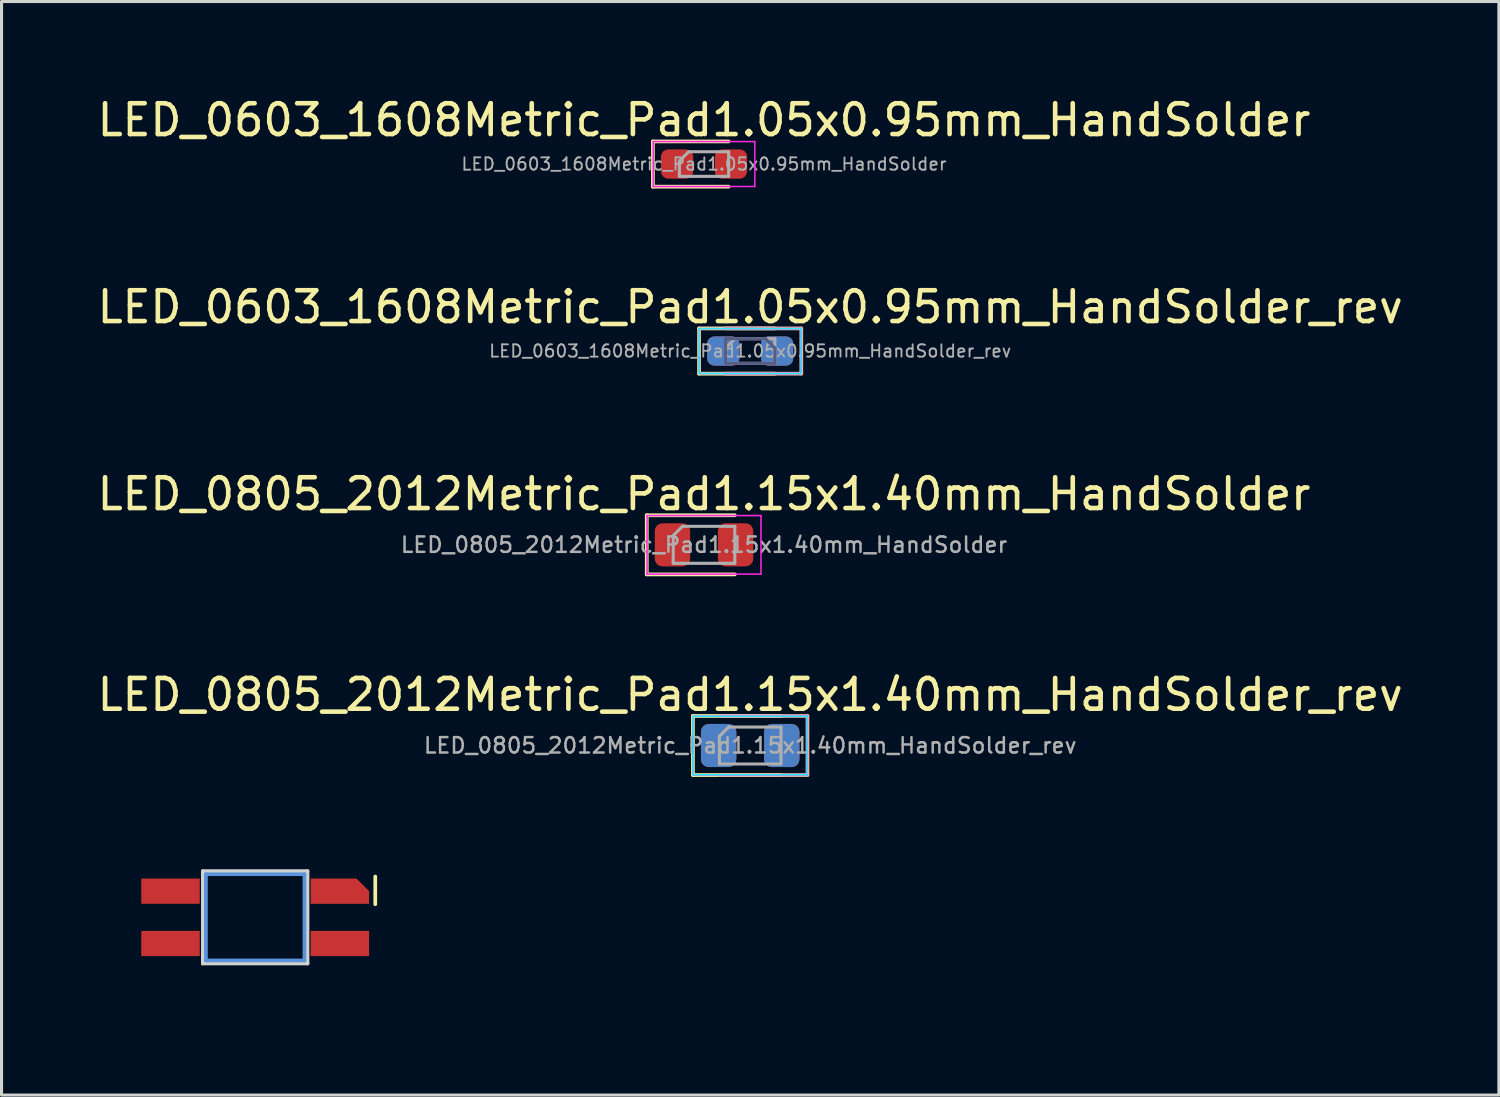
<source format=kicad_pcb>
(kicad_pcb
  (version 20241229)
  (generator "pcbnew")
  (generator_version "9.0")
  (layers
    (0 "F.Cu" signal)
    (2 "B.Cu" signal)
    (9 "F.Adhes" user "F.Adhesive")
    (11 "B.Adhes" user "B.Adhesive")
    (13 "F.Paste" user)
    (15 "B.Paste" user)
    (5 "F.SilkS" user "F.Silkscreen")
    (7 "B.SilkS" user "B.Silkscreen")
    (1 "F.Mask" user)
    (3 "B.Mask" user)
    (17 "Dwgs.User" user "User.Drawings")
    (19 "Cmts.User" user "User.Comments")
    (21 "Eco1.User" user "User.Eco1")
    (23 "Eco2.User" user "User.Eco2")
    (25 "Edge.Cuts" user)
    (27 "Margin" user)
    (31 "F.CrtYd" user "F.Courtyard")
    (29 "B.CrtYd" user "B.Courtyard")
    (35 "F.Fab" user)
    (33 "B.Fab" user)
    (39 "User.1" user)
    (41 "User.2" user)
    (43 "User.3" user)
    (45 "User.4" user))
  (footprint "LED_0603_1608Metric_Pad1.05x0.95mm_HandSolder_rev"
    (layer "F.Cu")
    (at 21.315 8.351)
    (property "Reference" "LED_0603_1608Metric_Pad1.05x0.95mm_HandSolder_rev" (at 0 -1.43 0) (layer "F.SilkS") (effects (font (size 1 1) (thickness 0.15))))
    (attr smd)
    (fp_line (start -1.66 -0.735) (end -1.66 0.735) (stroke (width 0.12) (type solid)) (layer "F.SilkS"))
    (fp_line (start -1.66 0.735) (end 0.8 0.735) (stroke (width 0.12) (type solid)) (layer "F.SilkS"))
    (fp_line (start 0.8 -0.735) (end -1.66 -0.735) (stroke (width 0.12) (type solid)) (layer "F.SilkS"))
    (fp_line (start -0.8 -0.735) (end 1.66 -0.735) (stroke (width 0.12) (type solid)) (layer "B.SilkS"))
    (fp_line (start 1.66 -0.735) (end 1.66 0.735) (stroke (width 0.12) (type solid)) (layer "B.SilkS"))
    (fp_line (start 1.66 0.735) (end -0.8 0.735) (stroke (width 0.12) (type solid)) (layer "B.SilkS"))
    (fp_line (start -1.65 -0.73) (end -1.65 0.73) (stroke (width 0.05) (type solid)) (layer "B.CrtYd"))
    (fp_line (start -1.65 0.73) (end 1.65 0.73) (stroke (width 0.05) (type solid)) (layer "B.CrtYd"))
    (fp_line (start 1.65 -0.73) (end -1.65 -0.73) (stroke (width 0.05) (type solid)) (layer "B.CrtYd"))
    (fp_line (start 1.65 0.73) (end 1.65 -0.73) (stroke (width 0.05) (type solid)) (layer "B.CrtYd"))
    (fp_line (start -1.65 -0.73) (end 1.65 -0.73) (stroke (width 0.05) (type solid)) (layer "F.CrtYd"))
    (fp_line (start -1.65 0.73) (end -1.65 -0.73) (stroke (width 0.05) (type solid)) (layer "F.CrtYd"))
    (fp_line (start 1.65 -0.73) (end 1.65 0.73) (stroke (width 0.05) (type solid)) (layer "F.CrtYd"))
    (fp_line (start 1.65 0.73) (end -1.65 0.73) (stroke (width 0.05) (type solid)) (layer "F.CrtYd"))
    (fp_line (start -0.8 -0.4) (end 0.5 -0.4) (stroke (width 0.1) (type solid)) (layer "B.Fab"))
    (fp_line (start -0.8 0.4) (end -0.8 -0.4) (stroke (width 0.1) (type solid)) (layer "B.Fab"))
    (fp_line (start 0.5 -0.4) (end 0.8 -0.1) (stroke (width 0.1) (type solid)) (layer "B.Fab"))
    (fp_line (start 0.8 -0.1) (end 0.8 0.4) (stroke (width 0.1) (type solid)) (layer "B.Fab"))
    (fp_line (start 0.8 0.4) (end -0.8 0.4) (stroke (width 0.1) (type solid)) (layer "B.Fab"))
    (fp_line (start -0.8 -0.1) (end -0.8 0.4) (stroke (width 0.1) (type solid)) (layer "F.Fab"))
    (fp_line (start -0.8 0.4) (end 0.8 0.4) (stroke (width 0.1) (type solid)) (layer "F.Fab"))
    (fp_line (start -0.5 -0.4) (end -0.8 -0.1) (stroke (width 0.1) (type solid)) (layer "F.Fab"))
    (fp_line (start 0.8 -0.4) (end -0.5 -0.4) (stroke (width 0.1) (type solid)) (layer "F.Fab"))
    (fp_line (start 0.8 0.4) (end 0.8 -0.4) (stroke (width 0.1) (type solid)) (layer "F.Fab"))
    (fp_text user "${REFERENCE}" (at 0 0 0) (layer "F.Fab") (effects (font (size 0.4 0.4) (thickness 0.06))))
    (pad "1" smd roundrect (at -0.875 0) (size 1.05 0.95) (layers "F.Cu" "F.Mask" "F.Paste") (roundrect_rratio 0.25))
    (pad "1" smd roundrect (at 0.875 0) (size 1.05 0.95) (layers "B.Cu" "B.Mask" "B.Paste") (roundrect_rratio 0.25))
    (pad "2" smd roundrect (at -0.875 0) (size 1.05 0.95) (layers "B.Cu" "B.Mask" "B.Paste") (roundrect_rratio 0.25))
    (pad "2" smd roundrect (at 0.875 0) (size 1.05 0.95) (layers "F.Cu" "F.Mask" "F.Paste") (roundrect_rratio 0.25)))
  (footprint "LED_0805_2012Metric_Pad1.15x1.40mm_HandSolder_rev"
    (layer "F.Cu")
    (at 21.315 21.163)
    (property "Reference" "LED_0805_2012Metric_Pad1.15x1.40mm_HandSolder_rev" (at 0 -1.65 0) (layer "F.SilkS") (effects (font (size 1 1) (thickness 0.15))))
    (attr smd)
    (fp_line (start -1.86 -0.96) (end -1.86 0.96) (stroke (width 0.12) (type solid)) (layer "F.SilkS"))
    (fp_line (start -1.86 0.96) (end 1 0.96) (stroke (width 0.12) (type solid)) (layer "F.SilkS"))
    (fp_line (start 1 -0.96) (end -1.86 -0.96) (stroke (width 0.12) (type solid)) (layer "F.SilkS"))
    (fp_line (start -1 -0.96) (end 1.86 -0.96) (stroke (width 0.12) (type solid)) (layer "B.SilkS"))
    (fp_line (start 1.86 -0.96) (end 1.86 0.96) (stroke (width 0.12) (type solid)) (layer "B.SilkS"))
    (fp_line (start 1.86 0.96) (end -1 0.96) (stroke (width 0.12) (type solid)) (layer "B.SilkS"))
    (fp_line (start -1.85 -0.95) (end -1.85 0.95) (stroke (width 0.05) (type solid)) (layer "B.CrtYd"))
    (fp_line (start -1.85 0.95) (end 1.85 0.95) (stroke (width 0.05) (type solid)) (layer "B.CrtYd"))
    (fp_line (start 1.85 -0.95) (end -1.85 -0.95) (stroke (width 0.05) (type solid)) (layer "B.CrtYd"))
    (fp_line (start 1.85 0.95) (end 1.85 -0.95) (stroke (width 0.05) (type solid)) (layer "B.CrtYd"))
    (fp_line (start -1.85 -0.95) (end 1.85 -0.95) (stroke (width 0.05) (type solid)) (layer "F.CrtYd"))
    (fp_line (start -1.85 0.95) (end -1.85 -0.95) (stroke (width 0.05) (type solid)) (layer "F.CrtYd"))
    (fp_line (start 1.85 -0.95) (end 1.85 0.95) (stroke (width 0.05) (type solid)) (layer "F.CrtYd"))
    (fp_line (start 1.85 0.95) (end -1.85 0.95) (stroke (width 0.05) (type solid)) (layer "F.CrtYd"))
    (fp_line (start -1 -0.3) (end -1 0.6) (stroke (width 0.1) (type solid)) (layer "F.Fab"))
    (fp_line (start -1 0.6) (end 1 0.6) (stroke (width 0.1) (type solid)) (layer "F.Fab"))
    (fp_line (start -0.7 -0.6) (end -1 -0.3) (stroke (width 0.1) (type solid)) (layer "F.Fab"))
    (fp_line (start 1 -0.6) (end -0.7 -0.6) (stroke (width 0.1) (type solid)) (layer "F.Fab"))
    (fp_line (start 1 0.6) (end 1 -0.6) (stroke (width 0.1) (type solid)) (layer "F.Fab"))
    (fp_text user "${REFERENCE}" (at 0 0 0) (layer "F.Fab") (effects (font (size 0.5 0.5) (thickness 0.08))))
    (pad "1" smd roundrect (at -1.025 0) (size 1.15 1.4) (layers "F.Cu" "F.Mask" "F.Paste") (roundrect_rratio 0.217))
    (pad "1" smd roundrect (at 1.025 0) (size 1.15 1.4) (layers "B.Cu" "B.Mask" "B.Paste") (roundrect_rratio 0.217))
    (pad "2" smd roundrect (at -1.025 0) (size 1.15 1.4) (layers "B.Cu" "B.Mask" "B.Paste") (roundrect_rratio 0.217))
    (pad "2" smd roundrect (at 1.025 0) (size 1.15 1.4) (layers "F.Cu" "F.Mask" "F.Paste") (roundrect_rratio 0.217)))
  (footprint "LED_0805_2012Metric_Pad1.15x1.40mm_HandSolder"
    (layer "F.Cu")
    (at 19.815 14.645)
    (property "Reference" "LED_0805_2012Metric_Pad1.15x1.40mm_HandSolder" (at 0 -1.65 0) (layer "F.SilkS") (effects (font (size 1 1) (thickness 0.15))))
    (attr smd)
    (fp_line (start -1.86 -0.96) (end -1.86 0.96) (stroke (width 0.12) (type solid)) (layer "F.SilkS"))
    (fp_line (start -1.86 0.96) (end 1 0.96) (stroke (width 0.12) (type solid)) (layer "F.SilkS"))
    (fp_line (start 1 -0.96) (end -1.86 -0.96) (stroke (width 0.12) (type solid)) (layer "F.SilkS"))
    (fp_line (start -1.85 -0.95) (end 1.85 -0.95) (stroke (width 0.05) (type solid)) (layer "F.CrtYd"))
    (fp_line (start -1.85 0.95) (end -1.85 -0.95) (stroke (width 0.05) (type solid)) (layer "F.CrtYd"))
    (fp_line (start 1.85 -0.95) (end 1.85 0.95) (stroke (width 0.05) (type solid)) (layer "F.CrtYd"))
    (fp_line (start 1.85 0.95) (end -1.85 0.95) (stroke (width 0.05) (type solid)) (layer "F.CrtYd"))
    (fp_line (start -1 -0.3) (end -1 0.6) (stroke (width 0.1) (type solid)) (layer "F.Fab"))
    (fp_line (start -1 0.6) (end 1 0.6) (stroke (width 0.1) (type solid)) (layer "F.Fab"))
    (fp_line (start -0.7 -0.6) (end -1 -0.3) (stroke (width 0.1) (type solid)) (layer "F.Fab"))
    (fp_line (start 1 -0.6) (end -0.7 -0.6) (stroke (width 0.1) (type solid)) (layer "F.Fab"))
    (fp_line (start 1 0.6) (end 1 -0.6) (stroke (width 0.1) (type solid)) (layer "F.Fab"))
    (fp_text user "${REFERENCE}" (at 0 0 0) (layer "F.Fab") (effects (font (size 0.5 0.5) (thickness 0.08))))
    (pad "1" smd roundrect (at -1.025 0) (size 1.15 1.4) (layers "F.Cu" "F.Mask" "F.Paste") (roundrect_rratio 0.217))
    (pad "2" smd roundrect (at 1.025 0) (size 1.15 1.4) (layers "F.Cu" "F.Mask" "F.Paste") (roundrect_rratio 0.217)))
  (footprint "LED_0603_1608Metric_Pad1.05x0.95mm_HandSolder"
    (layer "F.Cu")
    (at 19.815 2.278)
    (property "Reference" "LED_0603_1608Metric_Pad1.05x0.95mm_HandSolder" (at 0 -1.43 0) (layer "F.SilkS") (effects (font (size 1 1) (thickness 0.15))))
    (attr smd)
    (fp_line (start -1.66 -0.735) (end -1.66 0.735) (stroke (width 0.12) (type solid)) (layer "F.SilkS"))
    (fp_line (start -1.66 0.735) (end 0.8 0.735) (stroke (width 0.12) (type solid)) (layer "F.SilkS"))
    (fp_line (start 0.8 -0.735) (end -1.66 -0.735) (stroke (width 0.12) (type solid)) (layer "F.SilkS"))
    (fp_line (start -1.65 -0.73) (end 1.65 -0.73) (stroke (width 0.05) (type solid)) (layer "F.CrtYd"))
    (fp_line (start -1.65 0.73) (end -1.65 -0.73) (stroke (width 0.05) (type solid)) (layer "F.CrtYd"))
    (fp_line (start 1.65 -0.73) (end 1.65 0.73) (stroke (width 0.05) (type solid)) (layer "F.CrtYd"))
    (fp_line (start 1.65 0.73) (end -1.65 0.73) (stroke (width 0.05) (type solid)) (layer "F.CrtYd"))
    (fp_line (start -0.8 -0.1) (end -0.8 0.4) (stroke (width 0.1) (type solid)) (layer "F.Fab"))
    (fp_line (start -0.8 0.4) (end 0.8 0.4) (stroke (width 0.1) (type solid)) (layer "F.Fab"))
    (fp_line (start -0.5 -0.4) (end -0.8 -0.1) (stroke (width 0.1) (type solid)) (layer "F.Fab"))
    (fp_line (start 0.8 -0.4) (end -0.5 -0.4) (stroke (width 0.1) (type solid)) (layer "F.Fab"))
    (fp_line (start 0.8 0.4) (end 0.8 -0.4) (stroke (width 0.1) (type solid)) (layer "F.Fab"))
    (fp_text user "${REFERENCE}" (at 0 0 0) (layer "F.Fab") (effects (font (size 0.4 0.4) (thickness 0.06))))
    (pad "1" smd roundrect (at -0.875 0) (size 1.05 0.95) (layers "F.Cu" "F.Mask" "F.Paste") (roundrect_rratio 0.25))
    (pad "2" smd roundrect (at 0.875 0) (size 1.05 0.95) (layers "F.Cu" "F.Mask" "F.Paste") (roundrect_rratio 0.25)))
  (footprint "LED_SK6812MINI-E"
    (layer "F.Cu")
    (at 5.238 26.743)
    (property "Reference" "LED_SK6812MINI-E" (at 0 2.1 0) (unlocked yes) (layer "Eco1.User") (effects (font (size 0.7 0.7) (thickness 0.15))))
    (attr through_hole)
    (fp_line (start 3.9 -1.325) (end 3.9 -0.425) (stroke (width 0.12) (type default)) (layer "F.SilkS"))
    (fp_line (start -1.6 -1.4) (end 1.6 -1.4) (stroke (width 0.12) (type solid)) (layer "Cmts.User"))
    (fp_line (start -1.6 1.4) (end -1.6 -1.4) (stroke (width 0.12) (type solid)) (layer "Cmts.User"))
    (fp_line (start 1.6 -1.4) (end 1.6 1.4) (stroke (width 0.12) (type solid)) (layer "Cmts.User"))
    (fp_line (start 1.6 1.4) (end -1.6 1.4) (stroke (width 0.12) (type solid)) (layer "Cmts.User"))
    (fp_line (start -1.7 -1.5) (end 1.7 -1.5) (stroke (width 0.12) (type solid)) (layer "Edge.Cuts"))
    (fp_line (start -1.7 1.5) (end -1.7 -1.5) (stroke (width 0.12) (type solid)) (layer "Edge.Cuts"))
    (fp_line (start 1.7 -1.5) (end 1.7 1.5) (stroke (width 0.12) (type solid)) (layer "Edge.Cuts"))
    (fp_line (start 1.7 1.5) (end -1.7 1.5) (stroke (width 0.12) (type solid)) (layer "Edge.Cuts"))
    (pad "1" smd rect (at -2.75 0.85) (size 1.9 0.82) (layers "F.Cu" "F.Mask" "F.Paste"))
    (pad "2" smd rect (at -2.75 -0.85) (size 1.9 0.82) (layers "F.Cu" "F.Mask" "F.Paste"))
    (pad "3" smd roundrect (at 2.75 -0.85) (size 1.9 0.82) (layers "F.Cu" "F.Mask" "F.Paste") (roundrect_rratio 0) (chamfer_ratio 0.5) (chamfer top_right))
    (pad "4" smd rect (at 2.75 0.85) (size 1.9 0.82) (layers "F.Cu" "F.Mask" "F.Paste")))
  (gr_rect
    (start -3 -3)
    (end 45.631 32.516)
    (stroke (width 0.1) (type default))
    (fill no)
    (layer "Edge.Cuts")))
</source>
